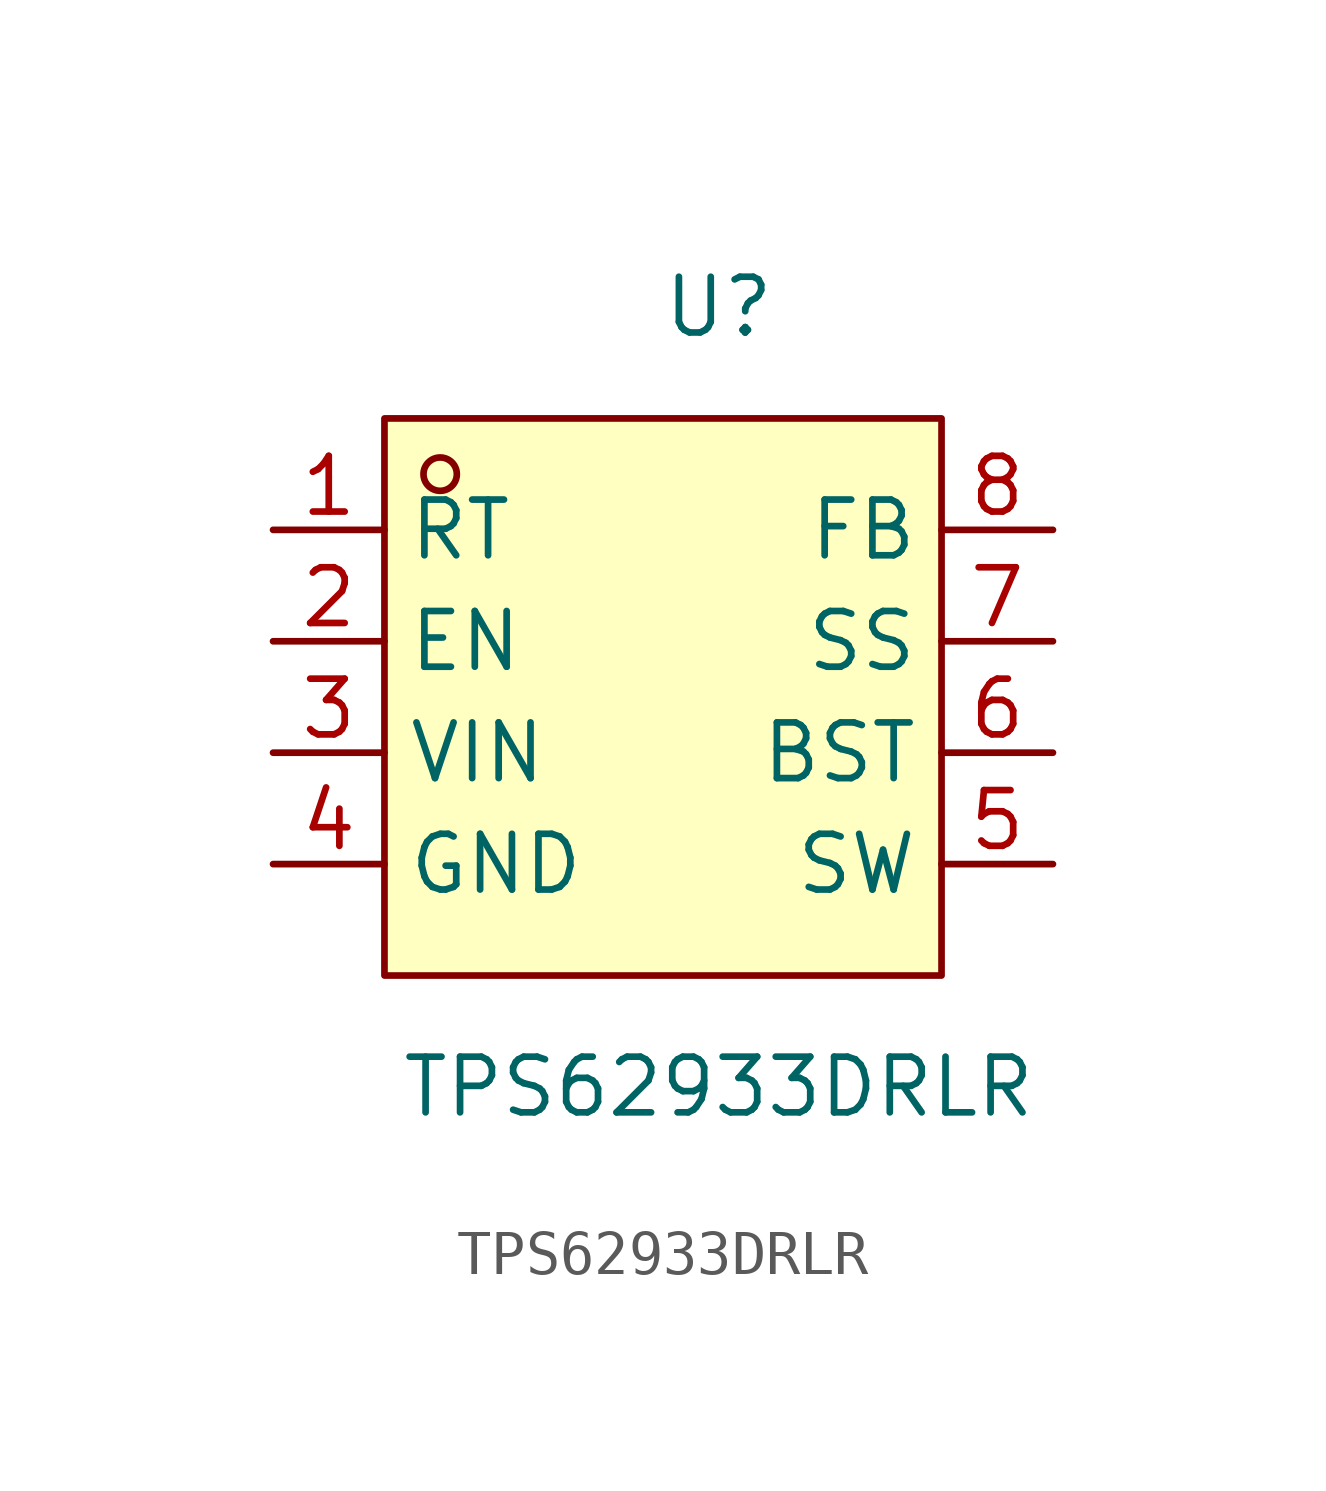
<source format=kicad_sym>
(kicad_symbol_lib
  (version 20211014)
  (generator https://github.com/uPesy/easyeda2kicad.py)
  (symbol "TPS62933DRLR"
    (property "Reference" "U"
      (at 0 10.16 0)
      (effects (font (size 1.27 1.27))))
    (property "Value" "TPS62933DRLR"
      (at 0 -7.62 0)
      (effects (font (size 1.27 1.27))))
    (symbol "TPS62933DRLR_0_1"
      (rectangle (start -7.62 7.62) (end 5.08 -5.08) (stroke (width 0) (type default) (color 0 0 0 0)) (fill (type background)))
      (circle (center -6.35 6.35) (radius 0.38) (stroke (width 0) (type default) (color 0 0 0 0)) (fill (type none)))
      (pin unspecified line (at 7.62 5.08 180) (length 2.54) (name "FB" (effects (font (size 1.27 1.27)))) (number "8" (effects (font (size 1.27 1.27)))))
      (pin unspecified line (at 7.62 2.54 180) (length 2.54) (name "SS" (effects (font (size 1.27 1.27)))) (number "7" (effects (font (size 1.27 1.27)))))
      (pin unspecified line (at 7.62 -0.00 180) (length 2.54) (name "BST" (effects (font (size 1.27 1.27)))) (number "6" (effects (font (size 1.27 1.27)))))
      (pin unspecified line (at 7.62 -2.54 180) (length 2.54) (name "SW" (effects (font (size 1.27 1.27)))) (number "5" (effects (font (size 1.27 1.27)))))
      (pin unspecified line (at -10.16 -2.54 0) (length 2.54) (name "GND" (effects (font (size 1.27 1.27)))) (number "4" (effects (font (size 1.27 1.27)))))
      (pin unspecified line (at -10.16 -0.00 0) (length 2.54) (name "VIN" (effects (font (size 1.27 1.27)))) (number "3" (effects (font (size 1.27 1.27)))))
      (pin unspecified line (at -10.16 2.54 0) (length 2.54) (name "EN" (effects (font (size 1.27 1.27)))) (number "2" (effects (font (size 1.27 1.27)))))
      (pin unspecified line (at -10.16 5.08 0) (length 2.54) (name "RT" (effects (font (size 1.27 1.27)))) (number "1" (effects (font (size 1.27 1.27))))))))
</source>
